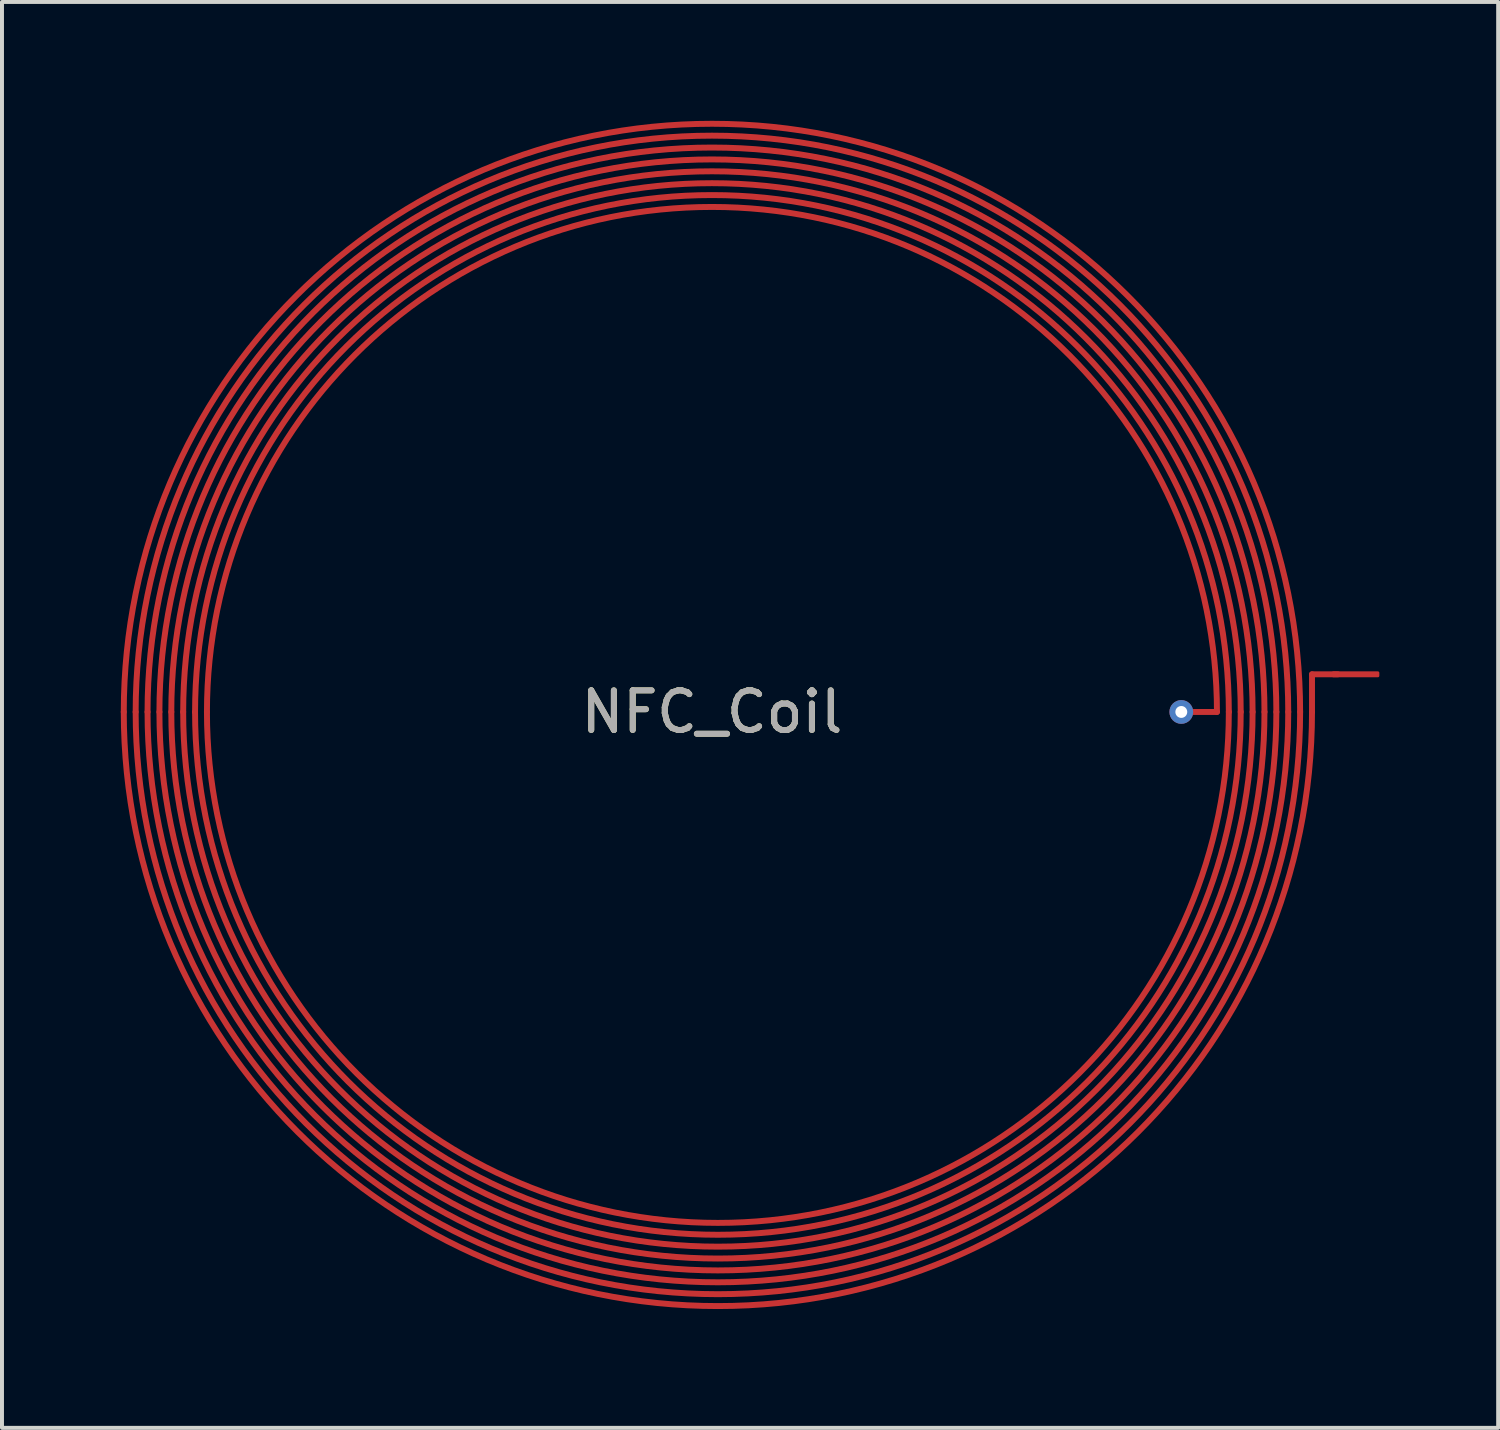
<source format=kicad_pcb>
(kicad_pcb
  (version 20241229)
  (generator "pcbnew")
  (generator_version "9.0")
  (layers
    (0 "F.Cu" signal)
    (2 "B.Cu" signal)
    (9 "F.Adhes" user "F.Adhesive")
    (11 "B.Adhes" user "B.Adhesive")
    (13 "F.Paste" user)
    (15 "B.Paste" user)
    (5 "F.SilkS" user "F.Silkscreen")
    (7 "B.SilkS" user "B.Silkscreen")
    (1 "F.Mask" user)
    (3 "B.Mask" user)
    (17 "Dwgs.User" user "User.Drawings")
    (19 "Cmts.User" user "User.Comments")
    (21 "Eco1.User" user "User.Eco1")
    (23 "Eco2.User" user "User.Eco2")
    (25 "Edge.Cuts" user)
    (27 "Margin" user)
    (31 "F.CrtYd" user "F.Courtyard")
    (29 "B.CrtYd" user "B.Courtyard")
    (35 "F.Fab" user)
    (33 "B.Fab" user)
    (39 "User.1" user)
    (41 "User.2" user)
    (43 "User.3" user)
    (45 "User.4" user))
  (footprint "NFC_Coil"
    (layer "F.Cu")
    (at 14.925 14.925)
    (property "Reference" "NFC_Coil" (at 0 0 0) (unlocked yes) (layer "F.SilkS") (effects (font (size 1 1) (thickness 0.15))))
    (attr smd exclude_from_pos_files exclude_from_bom allow_missing_courtyard)
    (fp_line (start 12.75 0) (end 11.85 0) (stroke (width 0.15) (type default)) (layer "F.Cu"))
    (fp_line (start 15.15 -0.95) (end 15.8 -0.95) (stroke (width 0.15) (type default)) (layer "F.Cu"))
    (fp_line (start 15.15 0) (end 15.15 -0.95) (stroke (width 0.15) (type default)) (layer "F.Cu"))
    (fp_arc (start -14.85 0) (mid 0 -14.85) (end 14.85 0) (stroke (width 0.15) (type default)) (layer "F.Cu"))
    (fp_arc (start -14.55 0) (mid 0 -14.55) (end 14.55 0) (stroke (width 0.15) (type default)) (layer "F.Cu"))
    (fp_arc (start -14.25 0) (mid 0 -14.25) (end 14.25 0) (stroke (width 0.15) (type default)) (layer "F.Cu"))
    (fp_arc (start -13.95 0) (mid 0 -13.95) (end 13.95 0) (stroke (width 0.15) (type default)) (layer "F.Cu"))
    (fp_arc (start -13.65 0) (mid 0 -13.65) (end 13.65 0) (stroke (width 0.15) (type default)) (layer "F.Cu"))
    (fp_arc (start -13.35 0) (mid 0 -13.35) (end 13.35 0) (stroke (width 0.15) (type default)) (layer "F.Cu"))
    (fp_arc (start -13.05 0) (mid 0 -13.05) (end 13.05 0) (stroke (width 0.15) (type default)) (layer "F.Cu"))
    (fp_arc (start -12.75 0) (mid 0 -12.75) (end 12.75 0) (stroke (width 0.15) (type default)) (layer "F.Cu"))
    (fp_arc (start 13.05 0) (mid 0.15 12.9) (end -12.75 0) (stroke (width 0.15) (type default)) (layer "F.Cu"))
    (fp_arc (start 13.35 0) (mid 0.15 13.2) (end -13.05 0) (stroke (width 0.15) (type default)) (layer "F.Cu"))
    (fp_arc (start 13.65 0) (mid 0.15 13.5) (end -13.35 0) (stroke (width 0.15) (type default)) (layer "F.Cu"))
    (fp_arc (start 13.95 0) (mid 0.15 13.8) (end -13.65 0) (stroke (width 0.15) (type default)) (layer "F.Cu"))
    (fp_arc (start 14.25 0) (mid 0.15 14.1) (end -13.95 0) (stroke (width 0.15) (type default)) (layer "F.Cu"))
    (fp_arc (start 14.55 0) (mid 0.15 14.4) (end -14.25 0) (stroke (width 0.15) (type default)) (layer "F.Cu"))
    (fp_arc (start 14.85 0) (mid 0.15 14.7) (end -14.55 0) (stroke (width 0.15) (type default)) (layer "F.Cu"))
    (fp_arc (start 15.15 0) (mid 0.15 15) (end -14.85 0) (stroke (width 0.15) (type default)) (layer "F.Cu"))
    (fp_text user "${REFERENCE}" (at 0 0 0) (unlocked yes) (layer "F.Fab") (effects (font (size 1 1) (thickness 0.15))))
    (pad "1" smd roundrect (at 16.25 -0.95) (size 1.2 0.15) (layers "F.Cu") (roundrect_rratio 0.25))
    (pad "2" thru_hole circle (at 11.85 0) (size 0.6 0.6) (drill 0.3) (layers "*.Cu") (remove_unused_layers yes) (keep_end_layers yes) (zone_layer_connections)))
  (gr_rect
    (start -3 -3)
    (end 34.775 33)
    (stroke (width 0.1) (type default))
    (fill no)
    (layer "Edge.Cuts")))
</source>
